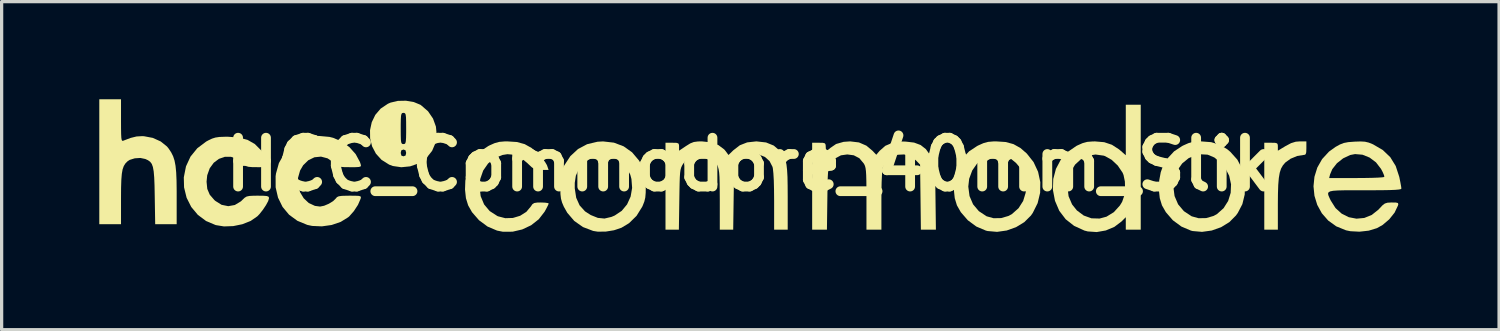
<source format=kicad_pcb>
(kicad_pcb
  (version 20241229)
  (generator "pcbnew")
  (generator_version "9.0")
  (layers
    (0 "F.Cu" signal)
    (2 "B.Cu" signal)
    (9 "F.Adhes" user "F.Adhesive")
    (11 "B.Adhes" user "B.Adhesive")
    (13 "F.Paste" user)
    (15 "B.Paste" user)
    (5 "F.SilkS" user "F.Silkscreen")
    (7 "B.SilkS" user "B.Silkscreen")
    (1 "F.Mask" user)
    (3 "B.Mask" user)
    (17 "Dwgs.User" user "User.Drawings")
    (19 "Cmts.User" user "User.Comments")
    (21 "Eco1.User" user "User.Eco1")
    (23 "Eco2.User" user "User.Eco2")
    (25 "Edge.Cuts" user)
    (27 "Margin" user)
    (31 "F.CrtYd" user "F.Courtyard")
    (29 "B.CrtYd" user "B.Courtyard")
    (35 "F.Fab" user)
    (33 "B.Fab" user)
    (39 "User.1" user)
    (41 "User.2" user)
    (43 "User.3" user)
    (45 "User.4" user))
  (footprint "HCC_Commodore_40mm_Slik"
    (layer "F.Cu")
    (at 19.978 2.002)
    (property "Reference" "HCC_Commodore_40mm_Slik" (at 0 0 0) (layer "F.SilkS") (effects (font (size 1.5 1.5) (thickness 0.3))))
    (attr board_only exclude_from_pos_files exclude_from_bom)
    (fp_poly (pts (xy 17.1 -0.5) (xy 17.096 -0.376) (xy 17.078 -0.314) (xy 17.037 -0.293) (xy 17.011 -0.292) (xy 16.816 -0.26) (xy 16.616 -0.177) (xy 16.454 -0.06) (xy 16.452 -0.058) (xy 16.379 0.027) (xy 16.323 0.126) (xy 16.282 0.251) (xy 16.254 0.414) (xy 16.236 0.625) (xy 16.227 0.897) (xy 16.224 1.228) (xy 16.224 2.002) (xy 16.016 2.002) (xy 15.807 2.002) (xy 15.807 0.667) (xy 15.807 -0.667) (xy 16.016 -0.667) (xy 16.139 -0.665) (xy 16.201 -0.648) (xy 16.222 -0.604) (xy 16.224 -0.545) (xy 16.224 -0.423) (xy 16.462 -0.566) (xy 16.63 -0.655) (xy 16.773 -0.699) (xy 16.9 -0.709) (xy 17.1 -0.709)) (stroke (width 0) (type solid)) (fill yes) (layer "F.SilkS"))
    (fp_poly (pts (xy -19.311 -1.351) (xy -19.31 -1.105) (xy -19.307 -0.931) (xy -19.301 -0.818) (xy -19.29 -0.754) (xy -19.273 -0.727) (xy -19.248 -0.727) (xy -19.238 -0.731) (xy -19.017 -0.815) (xy -18.835 -0.86) (xy -18.664 -0.87) (xy -18.601 -0.867) (xy -18.333 -0.816) (xy -18.092 -0.707) (xy -17.899 -0.552) (xy -17.847 -0.488) (xy -17.77 -0.372) (xy -17.711 -0.254) (xy -17.667 -0.12) (xy -17.636 0.042) (xy -17.616 0.244) (xy -17.605 0.499) (xy -17.601 0.82) (xy -17.601 0.967) (xy -17.601 1.835) (xy -17.931 1.835) (xy -18.261 1.835) (xy -18.275 0.97) (xy -18.281 0.649) (xy -18.291 0.401) (xy -18.307 0.214) (xy -18.331 0.079) (xy -18.366 -0.017) (xy -18.416 -0.083) (xy -18.482 -0.13) (xy -18.563 -0.168) (xy -18.716 -0.2) (xy -18.889 -0.189) (xy -19.044 -0.141) (xy -19.111 -0.097) (xy -19.177 -0.03) (xy -19.226 0.049) (xy -19.262 0.15) (xy -19.286 0.287) (xy -19.301 0.47) (xy -19.309 0.713) (xy -19.311 1.026) (xy -19.311 1.041) (xy -19.311 1.835) (xy -19.644 1.835) (xy -19.978 1.835) (xy -19.978 -0.083) (xy -19.978 -2.002) (xy -19.644 -2.002) (xy -19.311 -2.002)) (stroke (width 0) (type solid)) (fill yes) (layer "F.SilkS"))
    (fp_poly (pts (xy 7.862 -0.69) (xy 8.103 -0.625) (xy 8.316 -0.506) (xy 8.512 -0.336) (xy 8.721 -0.072) (xy 8.859 0.225) (xy 8.927 0.543) (xy 8.922 0.869) (xy 8.845 1.188) (xy 8.695 1.489) (xy 8.638 1.57) (xy 8.436 1.771) (xy 8.182 1.926) (xy 7.896 2.028) (xy 7.599 2.07) (xy 7.311 2.045) (xy 7.255 2.031) (xy 6.963 1.907) (xy 6.701 1.714) (xy 6.486 1.466) (xy 6.366 1.256) (xy 6.299 1.036) (xy 6.271 0.772) (xy 6.274 0.679) (xy 6.715 0.679) (xy 6.753 0.97) (xy 6.862 1.224) (xy 7.039 1.434) (xy 7.278 1.592) (xy 7.491 1.651) (xy 7.725 1.647) (xy 7.951 1.581) (xy 8.054 1.525) (xy 8.259 1.343) (xy 8.401 1.12) (xy 8.477 0.87) (xy 8.488 0.608) (xy 8.432 0.348) (xy 8.307 0.104) (xy 8.181 -0.047) (xy 7.976 -0.214) (xy 7.769 -0.301) (xy 7.547 -0.313) (xy 7.425 -0.292) (xy 7.186 -0.194) (xy 6.987 -0.031) (xy 6.836 0.185) (xy 6.742 0.44) (xy 6.715 0.679) (xy 6.274 0.679) (xy 6.281 0.496) (xy 6.329 0.237) (xy 6.385 0.082) (xy 6.544 -0.193) (xy 6.739 -0.403) (xy 6.986 -0.566) (xy 7.016 -0.582) (xy 7.18 -0.655) (xy 7.323 -0.694) (xy 7.489 -0.708) (xy 7.569 -0.709)) (stroke (width 0) (type solid)) (fill yes) (layer "F.SilkS"))
    (fp_poly (pts (xy 14.175 -0.685) (xy 14.435 -0.608) (xy 14.666 -0.47) (xy 14.762 -0.39) (xy 14.979 -0.149) (xy 15.124 0.126) (xy 15.202 0.445) (xy 15.215 0.585) (xy 15.206 0.922) (xy 15.134 1.218) (xy 14.993 1.489) (xy 14.936 1.568) (xy 14.734 1.771) (xy 14.48 1.927) (xy 14.193 2.029) (xy 13.895 2.07) (xy 13.607 2.045) (xy 13.553 2.031) (xy 13.261 1.907) (xy 12.999 1.714) (xy 12.784 1.466) (xy 12.664 1.256) (xy 12.597 1.036) (xy 12.568 0.772) (xy 12.572 0.679) (xy 13.013 0.679) (xy 13.051 0.97) (xy 13.16 1.224) (xy 13.337 1.434) (xy 13.576 1.592) (xy 13.789 1.651) (xy 14.023 1.647) (xy 14.249 1.581) (xy 14.352 1.525) (xy 14.557 1.343) (xy 14.698 1.12) (xy 14.775 0.87) (xy 14.786 0.608) (xy 14.729 0.348) (xy 14.605 0.104) (xy 14.479 -0.047) (xy 14.274 -0.214) (xy 14.067 -0.301) (xy 13.844 -0.313) (xy 13.723 -0.292) (xy 13.484 -0.194) (xy 13.285 -0.031) (xy 13.133 0.185) (xy 13.04 0.44) (xy 13.013 0.679) (xy 12.572 0.679) (xy 12.579 0.496) (xy 12.627 0.237) (xy 12.683 0.082) (xy 12.842 -0.193) (xy 13.037 -0.403) (xy 13.284 -0.566) (xy 13.314 -0.582) (xy 13.478 -0.655) (xy 13.621 -0.694) (xy 13.787 -0.708) (xy 13.867 -0.709)) (stroke (width 0) (type solid)) (fill yes) (layer "F.SilkS"))
    (fp_poly (pts (xy 12.012 0.083) (xy 12.012 2.002) (xy 11.782 2.002) (xy 11.553 2.002) (xy 11.553 1.811) (xy 11.553 1.62) (xy 11.423 1.75) (xy 11.202 1.917) (xy 10.94 2.027) (xy 10.66 2.076) (xy 10.385 2.057) (xy 10.281 2.03) (xy 9.964 1.885) (xy 9.707 1.683) (xy 9.51 1.424) (xy 9.378 1.116) (xy 9.314 0.777) (xy 9.317 0.688) (xy 9.761 0.688) (xy 9.796 0.977) (xy 9.903 1.227) (xy 10.05 1.411) (xy 10.262 1.569) (xy 10.499 1.654) (xy 10.748 1.661) (xy 10.96 1.604) (xy 11.186 1.465) (xy 11.372 1.26) (xy 11.441 1.147) (xy 11.503 0.968) (xy 11.531 0.749) (xy 11.525 0.523) (xy 11.484 0.324) (xy 11.453 0.25) (xy 11.306 0.033) (xy 11.12 -0.142) (xy 10.917 -0.256) (xy 10.874 -0.271) (xy 10.623 -0.306) (xy 10.387 -0.267) (xy 10.175 -0.161) (xy 9.997 0.003) (xy 9.862 0.217) (xy 9.781 0.472) (xy 9.761 0.688) (xy 9.317 0.688) (xy 9.325 0.446) (xy 9.407 0.136) (xy 9.555 -0.144) (xy 9.766 -0.383) (xy 10.034 -0.568) (xy 10.061 -0.582) (xy 10.225 -0.655) (xy 10.368 -0.694) (xy 10.534 -0.707) (xy 10.611 -0.708) (xy 10.891 -0.684) (xy 11.127 -0.605) (xy 11.346 -0.463) (xy 11.399 -0.418) (xy 11.553 -0.283) (xy 11.553 -1.059) (xy 11.553 -1.835) (xy 11.782 -1.835) (xy 12.012 -1.835)) (stroke (width 0) (type solid)) (fill yes) (layer "F.SilkS"))
    (fp_poly (pts (xy -10.319 -1.918) (xy -10.118 -1.835) (xy -10.099 -1.823) (xy -9.88 -1.634) (xy -9.727 -1.41) (xy -9.638 -1.164) (xy -9.614 -0.908) (xy -9.653 -0.655) (xy -9.755 -0.418) (xy -9.92 -0.211) (xy -10.146 -0.046) (xy -10.174 -0.031) (xy -10.43 0.058) (xy -10.701 0.085) (xy -10.962 0.047) (xy -11.074 0.005) (xy -11.307 -0.141) (xy -11.481 -0.332) (xy -11.493 -0.355) (xy -10.719 -0.355) (xy -10.699 -0.273) (xy -10.635 -0.25) (xy -10.57 -0.275) (xy -10.552 -0.355) (xy -10.572 -0.436) (xy -10.635 -0.459) (xy -10.701 -0.434) (xy -10.719 -0.355) (xy -11.493 -0.355) (xy -11.599 -0.557) (xy -11.659 -0.801) (xy -11.662 -1.052) (xy -11.651 -1.105) (xy -10.719 -1.105) (xy -10.718 -0.899) (xy -10.714 -0.762) (xy -10.704 -0.681) (xy -10.685 -0.64) (xy -10.656 -0.627) (xy -10.635 -0.626) (xy -10.6 -0.631) (xy -10.576 -0.655) (xy -10.562 -0.714) (xy -10.555 -0.82) (xy -10.552 -0.988) (xy -10.552 -1.105) (xy -10.553 -1.311) (xy -10.557 -1.448) (xy -10.567 -1.53) (xy -10.586 -1.57) (xy -10.615 -1.584) (xy -10.635 -1.585) (xy -10.671 -1.58) (xy -10.695 -1.555) (xy -10.709 -1.497) (xy -10.716 -1.391) (xy -10.719 -1.223) (xy -10.719 -1.105) (xy -11.651 -1.105) (xy -11.609 -1.297) (xy -11.5 -1.523) (xy -11.335 -1.716) (xy -11.114 -1.864) (xy -11.032 -1.9) (xy -10.807 -1.953) (xy -10.559 -1.958)) (stroke (width 0) (type solid)) (fill yes) (layer "F.SilkS"))
    (fp_poly (pts (xy -7.153 -0.69) (xy -6.912 -0.625) (xy -6.699 -0.506) (xy -6.503 -0.337) (xy -6.384 -0.206) (xy -6.286 -0.078) (xy -6.227 0.022) (xy -6.224 0.031) (xy -6.177 0.167) (xy -6.398 0.167) (xy -6.52 0.163) (xy -6.608 0.141) (xy -6.69 0.089) (xy -6.793 -0.007) (xy -6.824 -0.037) (xy -7.027 -0.206) (xy -7.228 -0.297) (xy -7.441 -0.316) (xy -7.592 -0.292) (xy -7.836 -0.193) (xy -8.036 -0.029) (xy -8.186 0.187) (xy -8.276 0.445) (xy -8.299 0.677) (xy -8.263 0.975) (xy -8.158 1.227) (xy -7.987 1.431) (xy -7.751 1.583) (xy -7.73 1.592) (xy -7.507 1.65) (xy -7.274 1.643) (xy -7.051 1.576) (xy -6.86 1.455) (xy -6.722 1.29) (xy -6.675 1.221) (xy -6.618 1.184) (xy -6.525 1.17) (xy -6.413 1.168) (xy -6.284 1.173) (xy -6.197 1.186) (xy -6.173 1.199) (xy -6.193 1.249) (xy -6.243 1.348) (xy -6.3 1.452) (xy -6.479 1.683) (xy -6.713 1.867) (xy -6.987 1.996) (xy -7.282 2.065) (xy -7.583 2.066) (xy -7.76 2.031) (xy -8.052 1.907) (xy -8.313 1.714) (xy -8.529 1.466) (xy -8.648 1.256) (xy -8.716 1.036) (xy -8.744 0.772) (xy -8.734 0.496) (xy -8.686 0.237) (xy -8.629 0.082) (xy -8.471 -0.193) (xy -8.276 -0.403) (xy -8.029 -0.566) (xy -7.999 -0.582) (xy -7.835 -0.655) (xy -7.692 -0.694) (xy -7.526 -0.708) (xy -7.446 -0.709)) (stroke (width 0) (type solid)) (fill yes) (layer "F.SilkS"))
    (fp_poly (pts (xy -12.91 -0.847) (xy -12.793 -0.818) (xy -12.53 -0.704) (xy -12.294 -0.532) (xy -12.102 -0.316) (xy -11.972 -0.075) (xy -11.95 -0.01) (xy -11.94 0.035) (xy -11.954 0.063) (xy -12.006 0.077) (xy -12.113 0.083) (xy -12.274 0.083) (xy -12.448 0.082) (xy -12.562 0.073) (xy -12.64 0.049) (xy -12.708 0.003) (xy -12.777 -0.059) (xy -12.966 -0.188) (xy -13.168 -0.241) (xy -13.369 -0.221) (xy -13.556 -0.131) (xy -13.716 0.025) (xy -13.81 0.186) (xy -13.874 0.411) (xy -13.872 0.638) (xy -13.811 0.852) (xy -13.699 1.038) (xy -13.545 1.183) (xy -13.355 1.272) (xy -13.196 1.293) (xy -13.072 1.268) (xy -12.928 1.207) (xy -12.796 1.126) (xy -12.711 1.043) (xy -12.711 1.042) (xy -12.676 1.002) (xy -12.62 0.977) (xy -12.524 0.964) (xy -12.371 0.96) (xy -12.291 0.959) (xy -12.116 0.96) (xy -12.009 0.965) (xy -11.956 0.979) (xy -11.941 1.006) (xy -11.95 1.05) (xy -11.951 1.053) (xy -12.032 1.24) (xy -12.158 1.433) (xy -12.301 1.595) (xy -12.333 1.622) (xy -12.563 1.764) (xy -12.841 1.859) (xy -13.141 1.901) (xy -13.439 1.888) (xy -13.589 1.856) (xy -13.894 1.73) (xy -14.149 1.543) (xy -14.349 1.303) (xy -14.488 1.019) (xy -14.561 0.703) (xy -14.562 0.361) (xy -14.55 0.277) (xy -14.461 -0.042) (xy -14.306 -0.319) (xy -14.097 -0.548) (xy -13.842 -0.721) (xy -13.553 -0.833) (xy -13.239 -0.877)) (stroke (width 0) (type solid)) (fill yes) (layer "F.SilkS"))
    (fp_poly (pts (xy -15.69 -0.827) (xy -15.423 -0.755) (xy -15.201 -0.628) (xy -15.012 -0.439) (xy -14.9 -0.282) (xy -14.805 -0.122) (xy -14.765 -0.017) (xy -14.785 0.044) (xy -14.874 0.074) (xy -15.037 0.083) (xy -15.112 0.083) (xy -15.286 0.081) (xy -15.399 0.071) (xy -15.472 0.048) (xy -15.529 0.006) (xy -15.56 -0.025) (xy -15.739 -0.167) (xy -15.931 -0.235) (xy -16.123 -0.235) (xy -16.304 -0.172) (xy -16.462 -0.053) (xy -16.586 0.117) (xy -16.663 0.332) (xy -16.683 0.53) (xy -16.661 0.751) (xy -16.585 0.929) (xy -16.443 1.093) (xy -16.415 1.118) (xy -16.222 1.239) (xy -16.017 1.281) (xy -15.815 1.245) (xy -15.626 1.131) (xy -15.577 1.083) (xy -15.513 1.022) (xy -15.451 0.985) (xy -15.368 0.967) (xy -15.241 0.96) (xy -15.111 0.959) (xy -14.94 0.961) (xy -14.836 0.969) (xy -14.784 0.987) (xy -14.766 1.019) (xy -14.765 1.035) (xy -14.79 1.124) (xy -14.858 1.25) (xy -14.952 1.391) (xy -15.057 1.524) (xy -15.124 1.593) (xy -15.326 1.733) (xy -15.581 1.835) (xy -15.863 1.893) (xy -16.148 1.903) (xy -16.402 1.862) (xy -16.698 1.737) (xy -16.951 1.548) (xy -17.153 1.306) (xy -17.296 1.022) (xy -17.374 0.705) (xy -17.382 0.396) (xy -17.315 0.058) (xy -17.176 -0.242) (xy -16.968 -0.498) (xy -16.696 -0.703) (xy -16.63 -0.739) (xy -16.515 -0.794) (xy -16.411 -0.827) (xy -16.29 -0.845) (xy -16.127 -0.851) (xy -16.016 -0.851)) (stroke (width 0) (type solid)) (fill yes) (layer "F.SilkS"))
    (fp_poly (pts (xy -4.17 -0.67) (xy -3.871 -0.557) (xy -3.612 -0.373) (xy -3.4 -0.122) (xy -3.313 0.029) (xy -3.254 0.154) (xy -3.218 0.264) (xy -3.199 0.385) (xy -3.191 0.546) (xy -3.191 0.667) (xy -3.194 0.87) (xy -3.207 1.018) (xy -3.236 1.139) (xy -3.284 1.261) (xy -3.3 1.297) (xy -3.475 1.578) (xy -3.705 1.803) (xy -3.941 1.945) (xy -4.168 2.021) (xy -4.422 2.062) (xy -4.667 2.064) (xy -4.807 2.042) (xy -5.12 1.923) (xy -5.388 1.735) (xy -5.603 1.484) (xy -5.709 1.297) (xy -5.763 1.17) (xy -5.796 1.051) (xy -5.812 0.914) (xy -5.818 0.729) (xy -5.818 0.667) (xy -5.816 0.564) (xy -5.373 0.564) (xy -5.373 0.734) (xy -5.329 1.022) (xy -5.225 1.255) (xy -5.058 1.44) (xy -4.885 1.552) (xy -4.664 1.641) (xy -4.46 1.661) (xy -4.247 1.611) (xy -4.146 1.568) (xy -3.931 1.425) (xy -3.766 1.226) (xy -3.657 0.986) (xy -3.611 0.721) (xy -3.632 0.446) (xy -3.667 0.316) (xy -3.779 0.102) (xy -3.95 -0.086) (xy -4.156 -0.225) (xy -4.281 -0.275) (xy -4.422 -0.311) (xy -4.53 -0.318) (xy -4.649 -0.296) (xy -4.729 -0.274) (xy -4.93 -0.19) (xy -5.092 -0.055) (xy -5.103 -0.043) (xy -5.252 0.15) (xy -5.339 0.343) (xy -5.373 0.564) (xy -5.816 0.564) (xy -5.815 0.471) (xy -5.803 0.329) (xy -5.777 0.216) (xy -5.731 0.102) (xy -5.695 0.029) (xy -5.509 -0.255) (xy -5.274 -0.473) (xy -4.995 -0.622) (xy -4.677 -0.698) (xy -4.504 -0.708)) (stroke (width 0) (type solid)) (fill yes) (layer "F.SilkS"))
    (fp_poly (pts (xy 3.356 -0.677) (xy 3.585 -0.578) (xy 3.769 -0.424) (xy 3.889 -0.298) (xy 3.989 -0.417) (xy 4.168 -0.574) (xy 4.392 -0.669) (xy 4.667 -0.705) (xy 4.79 -0.703) (xy 5.051 -0.672) (xy 5.252 -0.597) (xy 5.413 -0.47) (xy 5.55 -0.278) (xy 5.569 -0.246) (xy 5.693 -0.021) (xy 5.707 0.991) (xy 5.72 2.002) (xy 5.49 2.002) (xy 5.259 2.002) (xy 5.247 1.004) (xy 5.234 0.005) (xy 5.111 -0.123) (xy 4.938 -0.251) (xy 4.743 -0.308) (xy 4.544 -0.298) (xy 4.357 -0.225) (xy 4.2 -0.092) (xy 4.09 0.096) (xy 4.09 0.097) (xy 4.075 0.179) (xy 4.063 0.333) (xy 4.053 0.549) (xy 4.048 0.815) (xy 4.046 1.108) (xy 4.046 2.002) (xy 3.816 2.002) (xy 3.587 2.002) (xy 3.587 1.053) (xy 3.586 0.744) (xy 3.584 0.507) (xy 3.579 0.33) (xy 3.571 0.202) (xy 3.559 0.111) (xy 3.542 0.045) (xy 3.518 -0.007) (xy 3.505 -0.029) (xy 3.369 -0.192) (xy 3.197 -0.282) (xy 2.998 -0.308) (xy 2.803 -0.281) (xy 2.641 -0.193) (xy 2.49 -0.034) (xy 2.484 -0.026) (xy 2.456 0.016) (xy 2.435 0.067) (xy 2.419 0.136) (xy 2.408 0.236) (xy 2.399 0.378) (xy 2.393 0.573) (xy 2.389 0.833) (xy 2.386 1.046) (xy 2.373 2.002) (xy 2.146 2.002) (xy 1.919 2.002) (xy 1.919 0.667) (xy 1.919 -0.667) (xy 2.127 -0.667) (xy 2.251 -0.665) (xy 2.312 -0.648) (xy 2.333 -0.604) (xy 2.336 -0.542) (xy 2.342 -0.448) (xy 2.371 -0.425) (xy 2.435 -0.47) (xy 2.473 -0.505) (xy 2.655 -0.629) (xy 2.886 -0.695) (xy 3.087 -0.709)) (stroke (width 0) (type solid)) (fill yes) (layer "F.SilkS"))
    (fp_poly (pts (xy -1.193 -0.68) (xy -0.96 -0.595) (xy -0.781 -0.461) (xy -0.74 -0.412) (xy -0.651 -0.291) (xy -0.503 -0.435) (xy -0.302 -0.59) (xy -0.077 -0.678) (xy 0.193 -0.708) (xy 0.218 -0.708) (xy 0.504 -0.676) (xy 0.74 -0.58) (xy 0.931 -0.417) (xy 0.946 -0.399) (xy 1.012 -0.312) (xy 1.064 -0.223) (xy 1.103 -0.121) (xy 1.131 0.007) (xy 1.149 0.17) (xy 1.161 0.381) (xy 1.166 0.652) (xy 1.168 0.993) (xy 1.168 1.037) (xy 1.168 2.002) (xy 0.959 2.002) (xy 0.751 2.002) (xy 0.751 1.121) (xy 0.748 0.778) (xy 0.741 0.493) (xy 0.728 0.272) (xy 0.712 0.122) (xy 0.702 0.075) (xy 0.61 -0.104) (xy 0.47 -0.23) (xy 0.298 -0.3) (xy 0.11 -0.314) (xy -0.078 -0.271) (xy -0.249 -0.168) (xy -0.379 -0.016) (xy -0.412 0.04) (xy -0.437 0.096) (xy -0.455 0.165) (xy -0.468 0.259) (xy -0.478 0.389) (xy -0.484 0.568) (xy -0.489 0.808) (xy -0.493 1.074) (xy -0.506 2.002) (xy -0.712 2.002) (xy -0.918 2.002) (xy -0.918 1.095) (xy -0.92 0.789) (xy -0.923 0.555) (xy -0.928 0.379) (xy -0.938 0.249) (xy -0.953 0.152) (xy -0.973 0.077) (xy -0.998 0.014) (xy -1.105 -0.156) (xy -1.251 -0.262) (xy -1.424 -0.314) (xy -1.616 -0.309) (xy -1.807 -0.238) (xy -1.972 -0.112) (xy -2.047 -0.016) (xy -2.08 0.04) (xy -2.105 0.096) (xy -2.124 0.165) (xy -2.137 0.259) (xy -2.146 0.389) (xy -2.152 0.568) (xy -2.157 0.808) (xy -2.161 1.074) (xy -2.175 2.002) (xy -2.38 2.002) (xy -2.586 2.002) (xy -2.586 0.667) (xy -2.586 -0.667) (xy -2.377 -0.667) (xy -2.254 -0.665) (xy -2.192 -0.648) (xy -2.171 -0.604) (xy -2.169 -0.545) (xy -2.169 -0.423) (xy -1.956 -0.566) (xy -1.826 -0.647) (xy -1.716 -0.69) (xy -1.588 -0.707) (xy -1.469 -0.709)) (stroke (width 0) (type solid)) (fill yes) (layer "F.SilkS"))
    (fp_poly (pts (xy 18.901 -0.699) (xy 19.015 -0.672) (xy 19.139 -0.622) (xy 19.152 -0.616) (xy 19.448 -0.443) (xy 19.677 -0.224) (xy 19.844 0.047) (xy 19.952 0.376) (xy 19.958 0.402) (xy 19.988 0.552) (xy 20.01 0.674) (xy 20.019 0.74) (xy 20.019 0.74) (xy 20.001 0.757) (xy 19.942 0.769) (xy 19.834 0.779) (xy 19.669 0.786) (xy 19.441 0.79) (xy 19.143 0.792) (xy 18.894 0.792) (xy 18.546 0.792) (xy 18.274 0.793) (xy 18.069 0.798) (xy 17.923 0.808) (xy 17.83 0.827) (xy 17.78 0.856) (xy 17.765 0.899) (xy 17.779 0.956) (xy 17.812 1.032) (xy 17.847 1.105) (xy 17.994 1.338) (xy 18.184 1.51) (xy 18.403 1.62) (xy 18.639 1.665) (xy 18.878 1.643) (xy 19.107 1.551) (xy 19.313 1.388) (xy 19.33 1.369) (xy 19.433 1.259) (xy 19.511 1.199) (xy 19.594 1.174) (xy 19.709 1.168) (xy 19.727 1.168) (xy 19.852 1.17) (xy 19.911 1.184) (xy 19.924 1.218) (xy 19.913 1.262) (xy 19.81 1.479) (xy 19.645 1.686) (xy 19.439 1.86) (xy 19.268 1.956) (xy 19.016 2.033) (xy 18.73 2.065) (xy 18.45 2.05) (xy 18.316 2.022) (xy 18.017 1.9) (xy 17.77 1.722) (xy 17.575 1.499) (xy 17.434 1.242) (xy 17.348 0.962) (xy 17.319 0.67) (xy 17.344 0.417) (xy 17.8 0.417) (xy 18.636 0.417) (xy 18.892 0.415) (xy 19.118 0.411) (xy 19.302 0.404) (xy 19.43 0.395) (xy 19.491 0.385) (xy 19.494 0.383) (xy 19.486 0.332) (xy 19.444 0.233) (xy 19.392 0.135) (xy 19.238 -0.065) (xy 19.042 -0.212) (xy 18.822 -0.3) (xy 18.595 -0.319) (xy 18.448 -0.291) (xy 18.229 -0.188) (xy 18.038 -0.037) (xy 17.896 0.144) (xy 17.828 0.305) (xy 17.8 0.417) (xy 17.344 0.417) (xy 17.348 0.378) (xy 17.436 0.095) (xy 17.584 -0.166) (xy 17.795 -0.395) (xy 17.995 -0.539) (xy 18.131 -0.614) (xy 18.25 -0.66) (xy 18.385 -0.686) (xy 18.569 -0.7) (xy 18.581 -0.701) (xy 18.767 -0.707)) (stroke (width 0) (type solid)) (fill yes) (layer "F.SilkS")))
  (gr_rect
    (start -3 -3)
    (end 42.997 7.078)
    (stroke (width 0.1) (type default))
    (fill no)
    (layer "Edge.Cuts")))
</source>
